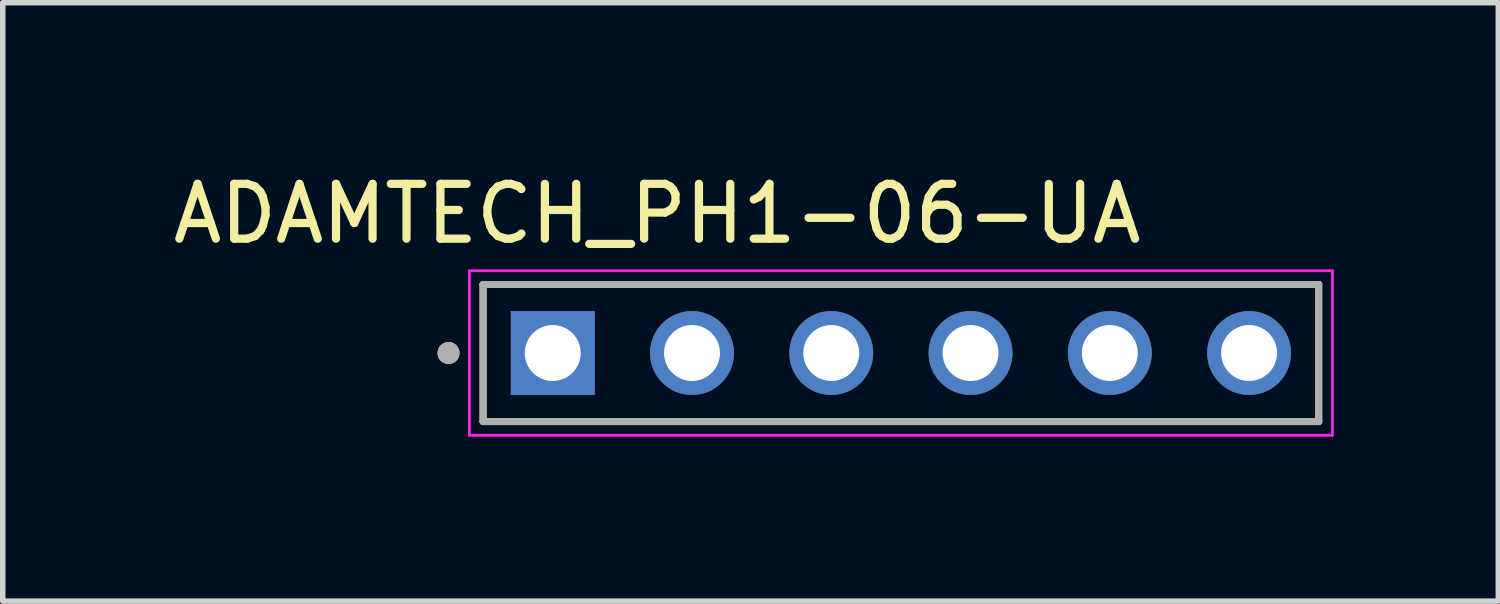
<source format=kicad_pcb>
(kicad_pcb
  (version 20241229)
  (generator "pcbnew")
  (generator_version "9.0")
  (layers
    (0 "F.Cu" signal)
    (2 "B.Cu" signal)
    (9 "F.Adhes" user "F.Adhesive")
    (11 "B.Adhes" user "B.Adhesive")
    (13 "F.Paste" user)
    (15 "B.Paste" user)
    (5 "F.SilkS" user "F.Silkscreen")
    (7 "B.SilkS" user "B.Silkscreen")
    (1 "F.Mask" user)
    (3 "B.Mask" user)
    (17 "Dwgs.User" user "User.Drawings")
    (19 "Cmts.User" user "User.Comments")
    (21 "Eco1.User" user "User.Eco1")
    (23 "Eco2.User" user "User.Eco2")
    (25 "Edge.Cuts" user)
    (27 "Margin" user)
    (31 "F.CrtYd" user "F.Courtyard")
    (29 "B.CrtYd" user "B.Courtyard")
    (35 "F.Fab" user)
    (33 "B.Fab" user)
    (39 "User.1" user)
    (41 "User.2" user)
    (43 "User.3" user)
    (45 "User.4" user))
  (footprint "ADAMTECH_PH1-06-UA"
    (layer "F.Cu")
    (at 13.38 3.388)
    (property "Reference" "ADAMTECH_PH1-06-UA" (at -4.445 -2.54 0) (layer "F.SilkS") (effects (font (size 1 1) (thickness 0.15))))
    (attr through_hole)
    (fp_line (start -7.62 -1.25) (end 7.62 -1.25) (stroke (width 0.127) (type solid)) (layer "F.SilkS"))
    (fp_line (start -7.62 1.25) (end -7.62 -1.25) (stroke (width 0.127) (type solid)) (layer "F.SilkS"))
    (fp_line (start 7.62 -1.25) (end 7.62 1.25) (stroke (width 0.127) (type solid)) (layer "F.SilkS"))
    (fp_line (start 7.62 1.25) (end -7.62 1.25) (stroke (width 0.127) (type solid)) (layer "F.SilkS"))
    (fp_circle (center -8.25 0) (end -8.15 0) (stroke (width 0.2) (type solid)) (fill no) (layer "F.SilkS"))
    (fp_line (start -7.87 -1.5) (end 7.87 -1.5) (stroke (width 0.05) (type solid)) (layer "F.CrtYd"))
    (fp_line (start -7.87 1.5) (end -7.87 -1.5) (stroke (width 0.05) (type solid)) (layer "F.CrtYd"))
    (fp_line (start 7.87 -1.5) (end 7.87 1.5) (stroke (width 0.05) (type solid)) (layer "F.CrtYd"))
    (fp_line (start 7.87 1.5) (end -7.87 1.5) (stroke (width 0.05) (type solid)) (layer "F.CrtYd"))
    (fp_line (start -7.62 -1.25) (end 7.62 -1.25) (stroke (width 0.127) (type solid)) (layer "F.Fab"))
    (fp_line (start -7.62 1.25) (end -7.62 -1.25) (stroke (width 0.127) (type solid)) (layer "F.Fab"))
    (fp_line (start 7.62 -1.25) (end 7.62 1.25) (stroke (width 0.127) (type solid)) (layer "F.Fab"))
    (fp_line (start 7.62 1.25) (end -7.62 1.25) (stroke (width 0.127) (type solid)) (layer "F.Fab"))
    (fp_circle (center -8.25 0) (end -8.15 0) (stroke (width 0.2) (type solid)) (fill no) (layer "F.Fab"))
    (pad "1" thru_hole rect (at -6.35 0) (size 1.53 1.53) (drill 1.02) (layers "*.Cu" "*.Mask"))
    (pad "2" thru_hole circle (at -3.81 0) (size 1.53 1.53) (drill 1.02) (layers "*.Cu" "*.Mask"))
    (pad "3" thru_hole circle (at -1.27 0) (size 1.53 1.53) (drill 1.02) (layers "*.Cu" "*.Mask"))
    (pad "4" thru_hole circle (at 1.27 0) (size 1.53 1.53) (drill 1.02) (layers "*.Cu" "*.Mask"))
    (pad "5" thru_hole circle (at 3.81 0) (size 1.53 1.53) (drill 1.02) (layers "*.Cu" "*.Mask"))
    (pad "6" thru_hole circle (at 6.35 0) (size 1.53 1.53) (drill 1.02) (layers "*.Cu" "*.Mask")))
  (gr_rect
    (start -3 -3)
    (end 24.275 7.913)
    (stroke (width 0.1) (type default))
    (fill no)
    (layer "Edge.Cuts")))
</source>
